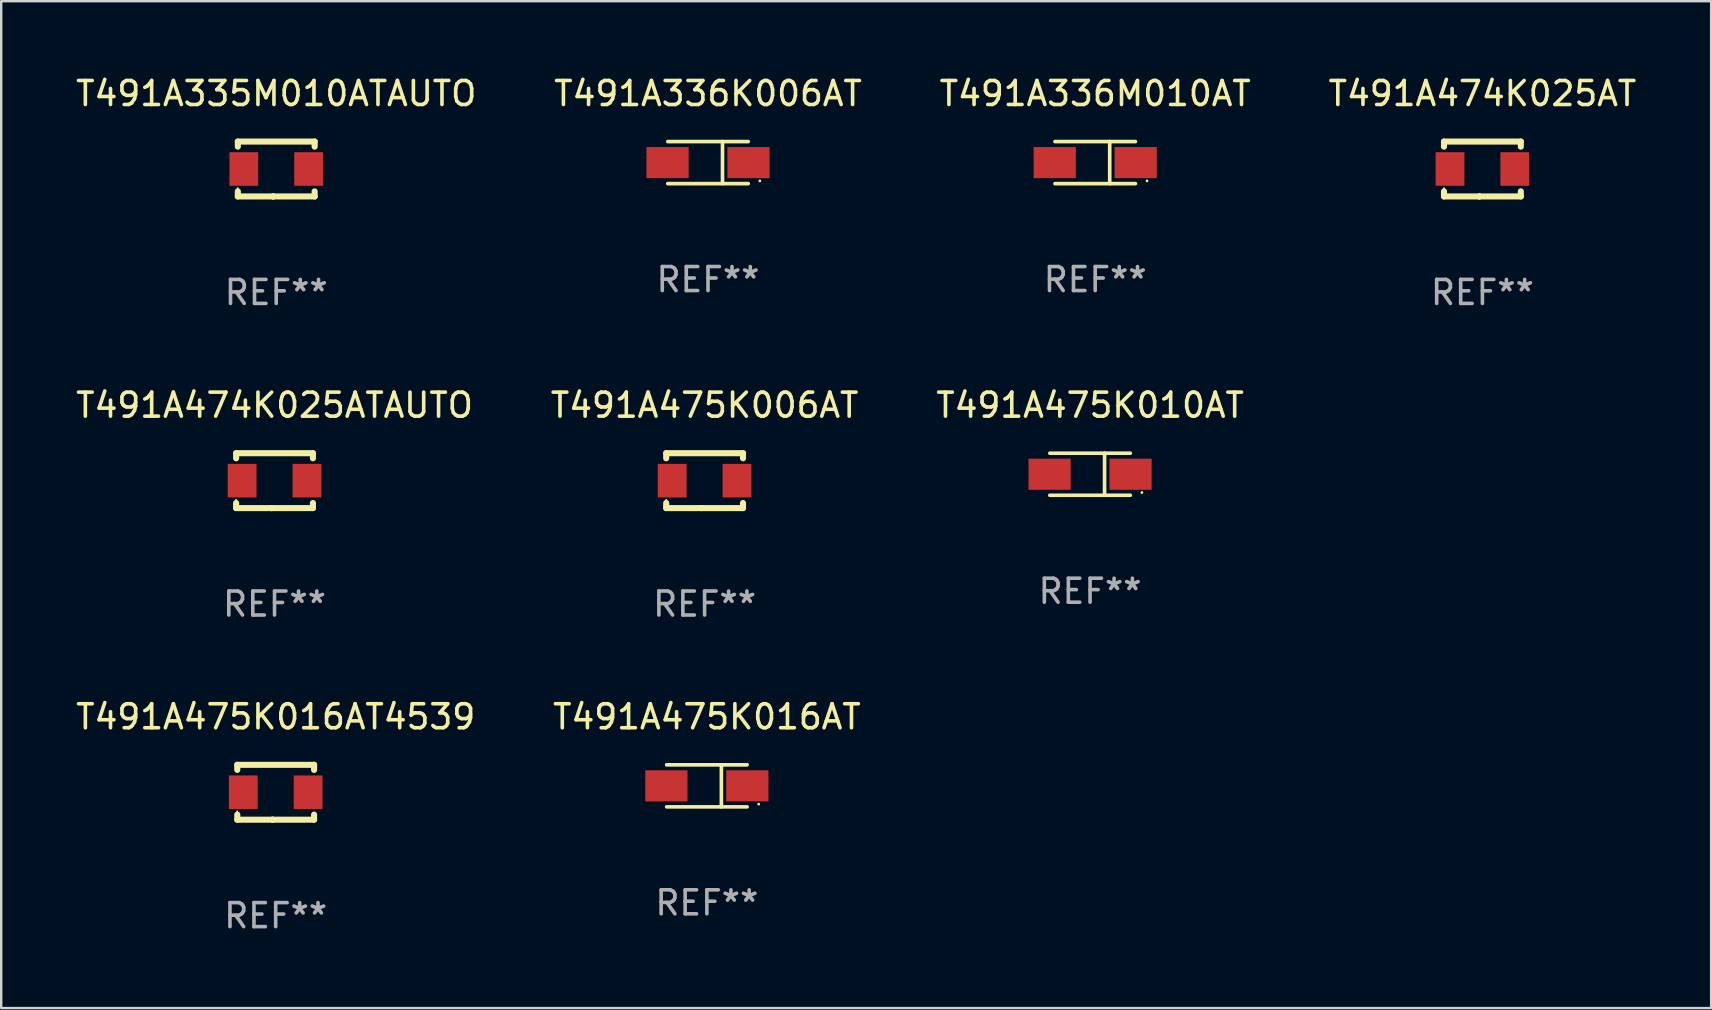
<source format=kicad_pcb>
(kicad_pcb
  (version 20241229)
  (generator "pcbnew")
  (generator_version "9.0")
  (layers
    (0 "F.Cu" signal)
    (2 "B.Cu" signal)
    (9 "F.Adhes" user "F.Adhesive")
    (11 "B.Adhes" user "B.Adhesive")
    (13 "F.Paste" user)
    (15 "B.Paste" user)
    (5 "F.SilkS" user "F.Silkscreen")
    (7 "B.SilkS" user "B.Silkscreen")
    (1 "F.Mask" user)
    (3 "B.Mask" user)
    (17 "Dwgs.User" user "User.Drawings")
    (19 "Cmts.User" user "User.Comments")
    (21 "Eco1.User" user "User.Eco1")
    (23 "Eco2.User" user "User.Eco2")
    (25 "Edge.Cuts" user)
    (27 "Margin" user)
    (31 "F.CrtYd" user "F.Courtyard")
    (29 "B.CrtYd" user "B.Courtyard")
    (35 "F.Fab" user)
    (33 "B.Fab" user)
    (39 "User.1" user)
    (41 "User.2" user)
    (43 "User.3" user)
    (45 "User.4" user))
  (footprint "T491A475K006AT"
    (layer "F.Cu")
    (at 26.304 16.974)
    (property "Reference" "T491A475K006AT" (at 0 -3.143 0) (layer "F.SilkS") (effects (font (size 1 1) (thickness 0.15))))
    (attr through_hole)
    (fp_line (start -1.6 1.143) (end -0.128 1.143) (stroke (width 0.254) (type solid)) (layer "F.SilkS"))
    (fp_line (start -1.6 -1.143) (end -1.6 -0.931) (stroke (width 0.254) (type solid)) (layer "F.SilkS"))
    (fp_line (start -1.6 -1.143) (end 1.6 -1.143) (stroke (width 0.254) (type solid)) (layer "F.SilkS"))
    (fp_line (start -1.6 0.931) (end -1.6 1.143) (stroke (width 0.254) (type solid)) (layer "F.SilkS"))
    (fp_line (start -0.128 1.143) (end -0.128 1.143) (stroke (width 0.254) (type solid)) (layer "F.SilkS"))
    (fp_line (start -0.128 1.143) (end 1.6 1.143) (stroke (width 0.254) (type solid)) (layer "F.SilkS"))
    (fp_line (start 1.6 -1.143) (end 1.6 -0.931) (stroke (width 0.254) (type solid)) (layer "F.SilkS"))
    (fp_line (start 1.6 0.931) (end 1.6 1.143) (stroke (width 0.254) (type solid)) (layer "F.SilkS"))
    (fp_circle (center -1.6 0.8) (end -1.58 0.8) (stroke (width 0.04) (type solid)) (fill no) (layer "F.SilkS"))
    (fp_text user "REF**" (at 0 5.143 0) (layer "F.Fab") (effects (font (size 1 1) (thickness 0.15))))
    (pad "1" smd rect (at -1.35 0) (size 1.2 1.4) (layers "F.Cu" "F.Mask" "F.Paste"))
    (pad "2" smd rect (at 1.35 0) (size 1.2 1.4) (layers "F.Cu" "F.Mask" "F.Paste")))
  (footprint "T491A475K016AT4539"
    (layer "F.Cu")
    (at 8.435 29.956)
    (property "Reference" "T491A475K016AT4539" (at 0 -3.143 0) (layer "F.SilkS") (effects (font (size 1 1) (thickness 0.15))))
    (attr through_hole)
    (fp_line (start -1.6 1.143) (end -0.128 1.143) (stroke (width 0.254) (type solid)) (layer "F.SilkS"))
    (fp_line (start -1.6 -1.143) (end -1.6 -0.931) (stroke (width 0.254) (type solid)) (layer "F.SilkS"))
    (fp_line (start -1.6 -1.143) (end 1.6 -1.143) (stroke (width 0.254) (type solid)) (layer "F.SilkS"))
    (fp_line (start -1.6 0.931) (end -1.6 1.143) (stroke (width 0.254) (type solid)) (layer "F.SilkS"))
    (fp_line (start -0.128 1.143) (end -0.128 1.143) (stroke (width 0.254) (type solid)) (layer "F.SilkS"))
    (fp_line (start -0.128 1.143) (end 1.6 1.143) (stroke (width 0.254) (type solid)) (layer "F.SilkS"))
    (fp_line (start 1.6 -1.143) (end 1.6 -0.931) (stroke (width 0.254) (type solid)) (layer "F.SilkS"))
    (fp_line (start 1.6 0.931) (end 1.6 1.143) (stroke (width 0.254) (type solid)) (layer "F.SilkS"))
    (fp_circle (center -1.6 0.8) (end -1.58 0.8) (stroke (width 0.04) (type solid)) (fill no) (layer "F.SilkS"))
    (fp_text user "REF**" (at 0 5.143 0) (layer "F.Fab") (effects (font (size 1 1) (thickness 0.15))))
    (pad "1" smd rect (at -1.35 0) (size 1.2 1.4) (layers "F.Cu" "F.Mask" "F.Paste"))
    (pad "2" smd rect (at 1.35 0) (size 1.2 1.4) (layers "F.Cu" "F.Mask" "F.Paste")))
  (footprint "T491A475K010AT"
    (layer "F.Cu")
    (at 42.363 16.707)
    (property "Reference" "T491A475K010AT" (at 0 -2.876 0) (layer "F.SilkS") (effects (font (size 1 1) (thickness 0.15))))
    (attr through_hole)
    (fp_line (start -1.676 -0.876) (end 1.676 -0.876) (stroke (width 0.152) (type solid)) (layer "F.SilkS"))
    (fp_line (start -1.676 0.876) (end 1.676 0.876) (stroke (width 0.152) (type solid)) (layer "F.SilkS"))
    (fp_line (start 0.604 -0.876) (end 0.604 0.876) (stroke (width 0.152) (type solid)) (layer "F.SilkS"))
    (fp_circle (center 2.159 0.762) (end 2.189 0.762) (stroke (width 0.06) (type solid)) (fill no) (layer "F.SilkS"))
    (fp_text user "REF**" (at 0 4.876 0) (layer "F.Fab") (effects (font (size 1 1) (thickness 0.15))))
    (pad "1" smd rect (at 1.686 0) (size 1.758 1.296) (layers "F.Cu" "F.Mask" "F.Paste"))
    (pad "2" smd rect (at -1.686 0) (size 1.758 1.296) (layers "F.Cu" "F.Mask" "F.Paste")))
  (footprint "T491A474K025AT"
    (layer "F.Cu")
    (at 58.708 3.991)
    (property "Reference" "T491A474K025AT" (at 0 -3.143 0) (layer "F.SilkS") (effects (font (size 1 1) (thickness 0.15))))
    (attr through_hole)
    (fp_line (start -1.6 1.143) (end -0.128 1.143) (stroke (width 0.254) (type solid)) (layer "F.SilkS"))
    (fp_line (start -1.6 -1.143) (end -1.6 -0.931) (stroke (width 0.254) (type solid)) (layer "F.SilkS"))
    (fp_line (start -1.6 -1.143) (end 1.6 -1.143) (stroke (width 0.254) (type solid)) (layer "F.SilkS"))
    (fp_line (start -1.6 0.931) (end -1.6 1.143) (stroke (width 0.254) (type solid)) (layer "F.SilkS"))
    (fp_line (start -0.128 1.143) (end -0.128 1.143) (stroke (width 0.254) (type solid)) (layer "F.SilkS"))
    (fp_line (start -0.128 1.143) (end 1.6 1.143) (stroke (width 0.254) (type solid)) (layer "F.SilkS"))
    (fp_line (start 1.6 -1.143) (end 1.6 -0.931) (stroke (width 0.254) (type solid)) (layer "F.SilkS"))
    (fp_line (start 1.6 0.931) (end 1.6 1.143) (stroke (width 0.254) (type solid)) (layer "F.SilkS"))
    (fp_circle (center -1.6 0.8) (end -1.58 0.8) (stroke (width 0.04) (type solid)) (fill no) (layer "F.SilkS"))
    (fp_text user "REF**" (at 0 5.143 0) (layer "F.Fab") (effects (font (size 1 1) (thickness 0.15))))
    (pad "1" smd rect (at -1.35 0) (size 1.2 1.4) (layers "F.Cu" "F.Mask" "F.Paste"))
    (pad "2" smd rect (at 1.35 0) (size 1.2 1.4) (layers "F.Cu" "F.Mask" "F.Paste")))
  (footprint "T491A336M010AT"
    (layer "F.Cu")
    (at 42.577 3.724)
    (property "Reference" "T491A336M010AT" (at 0 -2.876 0) (layer "F.SilkS") (effects (font (size 1 1) (thickness 0.15))))
    (attr through_hole)
    (fp_line (start -1.676 -0.876) (end 1.676 -0.876) (stroke (width 0.152) (type solid)) (layer "F.SilkS"))
    (fp_line (start -1.676 0.876) (end 1.676 0.876) (stroke (width 0.152) (type solid)) (layer "F.SilkS"))
    (fp_line (start 0.604 -0.876) (end 0.604 0.876) (stroke (width 0.152) (type solid)) (layer "F.SilkS"))
    (fp_circle (center 2.159 0.762) (end 2.189 0.762) (stroke (width 0.06) (type solid)) (fill no) (layer "F.SilkS"))
    (fp_text user "REF**" (at 0 4.876 0) (layer "F.Fab") (effects (font (size 1 1) (thickness 0.15))))
    (pad "1" smd rect (at 1.686 0) (size 1.758 1.296) (layers "F.Cu" "F.Mask" "F.Paste"))
    (pad "2" smd rect (at -1.686 0) (size 1.758 1.296) (layers "F.Cu" "F.Mask" "F.Paste")))
  (footprint "T491A474K025ATAUTO"
    (layer "F.Cu")
    (at 8.387 16.974)
    (property "Reference" "T491A474K025ATAUTO" (at 0 -3.143 0) (layer "F.SilkS") (effects (font (size 1 1) (thickness 0.15))))
    (attr through_hole)
    (fp_line (start -1.6 1.143) (end -0.128 1.143) (stroke (width 0.254) (type solid)) (layer "F.SilkS"))
    (fp_line (start -1.6 -1.143) (end -1.6 -0.931) (stroke (width 0.254) (type solid)) (layer "F.SilkS"))
    (fp_line (start -1.6 -1.143) (end 1.6 -1.143) (stroke (width 0.254) (type solid)) (layer "F.SilkS"))
    (fp_line (start -1.6 0.931) (end -1.6 1.143) (stroke (width 0.254) (type solid)) (layer "F.SilkS"))
    (fp_line (start -0.128 1.143) (end -0.128 1.143) (stroke (width 0.254) (type solid)) (layer "F.SilkS"))
    (fp_line (start -0.128 1.143) (end 1.6 1.143) (stroke (width 0.254) (type solid)) (layer "F.SilkS"))
    (fp_line (start 1.6 -1.143) (end 1.6 -0.931) (stroke (width 0.254) (type solid)) (layer "F.SilkS"))
    (fp_line (start 1.6 0.931) (end 1.6 1.143) (stroke (width 0.254) (type solid)) (layer "F.SilkS"))
    (fp_circle (center -1.6 0.8) (end -1.58 0.8) (stroke (width 0.04) (type solid)) (fill no) (layer "F.SilkS"))
    (fp_text user "REF**" (at 0 5.143 0) (layer "F.Fab") (effects (font (size 1 1) (thickness 0.15))))
    (pad "1" smd rect (at -1.35 0) (size 1.2 1.4) (layers "F.Cu" "F.Mask" "F.Paste"))
    (pad "2" smd rect (at 1.35 0) (size 1.2 1.4) (layers "F.Cu" "F.Mask" "F.Paste")))
  (footprint "T491A475K016AT"
    (layer "F.Cu")
    (at 26.399 29.689)
    (property "Reference" "T491A475K016AT" (at 0 -2.876 0) (layer "F.SilkS") (effects (font (size 1 1) (thickness 0.15))))
    (attr through_hole)
    (fp_line (start -1.676 -0.876) (end 1.676 -0.876) (stroke (width 0.152) (type solid)) (layer "F.SilkS"))
    (fp_line (start -1.676 0.876) (end 1.676 0.876) (stroke (width 0.152) (type solid)) (layer "F.SilkS"))
    (fp_line (start 0.604 -0.876) (end 0.604 0.876) (stroke (width 0.152) (type solid)) (layer "F.SilkS"))
    (fp_circle (center 2.159 0.762) (end 2.189 0.762) (stroke (width 0.06) (type solid)) (fill no) (layer "F.SilkS"))
    (fp_text user "REF**" (at 0 4.876 0) (layer "F.Fab") (effects (font (size 1 1) (thickness 0.15))))
    (pad "1" smd rect (at 1.686 0) (size 1.758 1.296) (layers "F.Cu" "F.Mask" "F.Paste"))
    (pad "2" smd rect (at -1.686 0) (size 1.758 1.296) (layers "F.Cu" "F.Mask" "F.Paste")))
  (footprint "T491A336K006AT"
    (layer "F.Cu")
    (at 26.446 3.724)
    (property "Reference" "T491A336K006AT" (at 0 -2.876 0) (layer "F.SilkS") (effects (font (size 1 1) (thickness 0.15))))
    (attr through_hole)
    (fp_line (start -1.676 -0.876) (end 1.676 -0.876) (stroke (width 0.152) (type solid)) (layer "F.SilkS"))
    (fp_line (start -1.676 0.876) (end 1.676 0.876) (stroke (width 0.152) (type solid)) (layer "F.SilkS"))
    (fp_line (start 0.604 -0.876) (end 0.604 0.876) (stroke (width 0.152) (type solid)) (layer "F.SilkS"))
    (fp_circle (center 2.159 0.762) (end 2.189 0.762) (stroke (width 0.06) (type solid)) (fill no) (layer "F.SilkS"))
    (fp_text user "REF**" (at 0 4.876 0) (layer "F.Fab") (effects (font (size 1 1) (thickness 0.15))))
    (pad "1" smd rect (at 1.686 0) (size 1.758 1.296) (layers "F.Cu" "F.Mask" "F.Paste"))
    (pad "2" smd rect (at -1.686 0) (size 1.758 1.296) (layers "F.Cu" "F.Mask" "F.Paste")))
  (footprint "T491A335M010ATAUTO"
    (layer "F.Cu")
    (at 8.458 3.991)
    (property "Reference" "T491A335M010ATAUTO" (at 0 -3.143 0) (layer "F.SilkS") (effects (font (size 1 1) (thickness 0.15))))
    (attr through_hole)
    (fp_line (start -1.6 1.143) (end -0.128 1.143) (stroke (width 0.254) (type solid)) (layer "F.SilkS"))
    (fp_line (start -1.6 -1.143) (end -1.6 -0.931) (stroke (width 0.254) (type solid)) (layer "F.SilkS"))
    (fp_line (start -1.6 -1.143) (end 1.6 -1.143) (stroke (width 0.254) (type solid)) (layer "F.SilkS"))
    (fp_line (start -1.6 0.931) (end -1.6 1.143) (stroke (width 0.254) (type solid)) (layer "F.SilkS"))
    (fp_line (start -0.128 1.143) (end -0.128 1.143) (stroke (width 0.254) (type solid)) (layer "F.SilkS"))
    (fp_line (start -0.128 1.143) (end 1.6 1.143) (stroke (width 0.254) (type solid)) (layer "F.SilkS"))
    (fp_line (start 1.6 -1.143) (end 1.6 -0.931) (stroke (width 0.254) (type solid)) (layer "F.SilkS"))
    (fp_line (start 1.6 0.931) (end 1.6 1.143) (stroke (width 0.254) (type solid)) (layer "F.SilkS"))
    (fp_circle (center -1.6 0.8) (end -1.58 0.8) (stroke (width 0.04) (type solid)) (fill no) (layer "F.SilkS"))
    (fp_text user "REF**" (at 0 5.143 0) (layer "F.Fab") (effects (font (size 1 1) (thickness 0.15))))
    (pad "1" smd rect (at -1.35 0) (size 1.2 1.4) (layers "F.Cu" "F.Mask" "F.Paste"))
    (pad "2" smd rect (at 1.35 0) (size 1.2 1.4) (layers "F.Cu" "F.Mask" "F.Paste")))
  (gr_rect
    (start -3 -3)
    (end 68.238 38.948)
    (stroke (width 0.1) (type default))
    (fill no)
    (layer "Edge.Cuts")))
</source>
